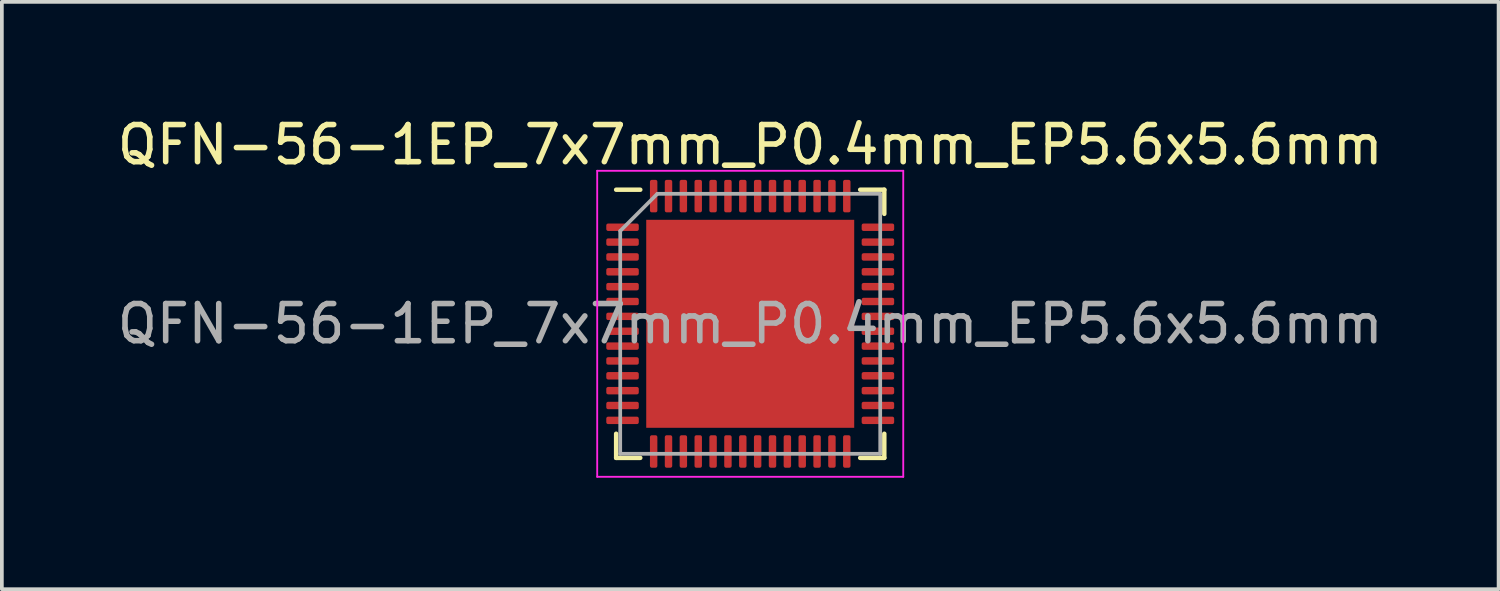
<source format=kicad_pcb>
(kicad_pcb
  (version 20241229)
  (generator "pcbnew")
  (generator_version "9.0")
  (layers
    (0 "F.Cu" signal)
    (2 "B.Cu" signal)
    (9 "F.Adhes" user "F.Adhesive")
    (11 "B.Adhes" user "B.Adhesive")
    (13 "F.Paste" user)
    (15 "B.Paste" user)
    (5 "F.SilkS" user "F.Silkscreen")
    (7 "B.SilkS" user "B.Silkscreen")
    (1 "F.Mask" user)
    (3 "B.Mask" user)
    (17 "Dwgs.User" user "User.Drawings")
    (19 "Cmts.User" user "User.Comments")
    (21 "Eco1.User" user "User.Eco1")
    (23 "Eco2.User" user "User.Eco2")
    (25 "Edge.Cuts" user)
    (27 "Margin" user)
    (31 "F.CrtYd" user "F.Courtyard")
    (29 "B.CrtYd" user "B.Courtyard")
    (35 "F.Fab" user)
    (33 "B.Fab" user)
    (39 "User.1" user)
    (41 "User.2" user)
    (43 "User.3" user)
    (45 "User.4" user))
  (footprint "QFN-56-1EP_7x7mm_P0.4mm_EP5.6x5.6mm"
    (layer "F.Cu")
    (at 17.149 5.668)
    (property "Reference" "QFN-56-1EP_7x7mm_P0.4mm_EP5.6x5.6mm" (at 0 -4.82 0) (layer "F.SilkS") (effects (font (size 1 1) (thickness 0.15))))
    (attr smd)
    (fp_line (start -3.61 3.61) (end -3.61 2.96) (stroke (width 0.12) (type solid)) (layer "F.SilkS"))
    (fp_line (start -2.96 -3.61) (end -3.61 -3.61) (stroke (width 0.12) (type solid)) (layer "F.SilkS"))
    (fp_line (start -2.96 3.61) (end -3.61 3.61) (stroke (width 0.12) (type solid)) (layer "F.SilkS"))
    (fp_line (start 2.96 -3.61) (end 3.61 -3.61) (stroke (width 0.12) (type solid)) (layer "F.SilkS"))
    (fp_line (start 2.96 3.61) (end 3.61 3.61) (stroke (width 0.12) (type solid)) (layer "F.SilkS"))
    (fp_line (start 3.61 -3.61) (end 3.61 -2.96) (stroke (width 0.12) (type solid)) (layer "F.SilkS"))
    (fp_line (start 3.61 3.61) (end 3.61 2.96) (stroke (width 0.12) (type solid)) (layer "F.SilkS"))
    (fp_line (start -4.12 -4.12) (end -4.12 4.12) (stroke (width 0.05) (type solid)) (layer "F.CrtYd"))
    (fp_line (start -4.12 4.12) (end 4.12 4.12) (stroke (width 0.05) (type solid)) (layer "F.CrtYd"))
    (fp_line (start 4.12 -4.12) (end -4.12 -4.12) (stroke (width 0.05) (type solid)) (layer "F.CrtYd"))
    (fp_line (start 4.12 4.12) (end 4.12 -4.12) (stroke (width 0.05) (type solid)) (layer "F.CrtYd"))
    (fp_line (start -3.5 -2.5) (end -2.5 -3.5) (stroke (width 0.1) (type solid)) (layer "F.Fab"))
    (fp_line (start -3.5 3.5) (end -3.5 -2.5) (stroke (width 0.1) (type solid)) (layer "F.Fab"))
    (fp_line (start -2.5 -3.5) (end 3.5 -3.5) (stroke (width 0.1) (type solid)) (layer "F.Fab"))
    (fp_line (start 3.5 -3.5) (end 3.5 3.5) (stroke (width 0.1) (type solid)) (layer "F.Fab"))
    (fp_line (start 3.5 3.5) (end -3.5 3.5) (stroke (width 0.1) (type solid)) (layer "F.Fab"))
    (fp_text user "${REFERENCE}" (at 0 0 0) (layer "F.Fab") (effects (font (size 1 1) (thickness 0.15))))
    (pad "" smd roundrect (at -2.1 -2.1) (size 1.13 1.13) (layers "F.Paste") (roundrect_rratio 0.221))
    (pad "" smd roundrect (at -2.1 -0.7) (size 1.13 1.13) (layers "F.Paste") (roundrect_rratio 0.221))
    (pad "" smd roundrect (at -2.1 0.7) (size 1.13 1.13) (layers "F.Paste") (roundrect_rratio 0.221))
    (pad "" smd roundrect (at -2.1 2.1) (size 1.13 1.13) (layers "F.Paste") (roundrect_rratio 0.221))
    (pad "" smd roundrect (at -0.7 -2.1) (size 1.13 1.13) (layers "F.Paste") (roundrect_rratio 0.221))
    (pad "" smd roundrect (at -0.7 -0.7) (size 1.13 1.13) (layers "F.Paste") (roundrect_rratio 0.221))
    (pad "" smd roundrect (at -0.7 0.7) (size 1.13 1.13) (layers "F.Paste") (roundrect_rratio 0.221))
    (pad "" smd roundrect (at -0.7 2.1) (size 1.13 1.13) (layers "F.Paste") (roundrect_rratio 0.221))
    (pad "" smd roundrect (at 0.7 -2.1) (size 1.13 1.13) (layers "F.Paste") (roundrect_rratio 0.221))
    (pad "" smd roundrect (at 0.7 -0.7) (size 1.13 1.13) (layers "F.Paste") (roundrect_rratio 0.221))
    (pad "" smd roundrect (at 0.7 0.7) (size 1.13 1.13) (layers "F.Paste") (roundrect_rratio 0.221))
    (pad "" smd roundrect (at 0.7 2.1) (size 1.13 1.13) (layers "F.Paste") (roundrect_rratio 0.221))
    (pad "" smd roundrect (at 2.1 -2.1) (size 1.13 1.13) (layers "F.Paste") (roundrect_rratio 0.221))
    (pad "" smd roundrect (at 2.1 -0.7) (size 1.13 1.13) (layers "F.Paste") (roundrect_rratio 0.221))
    (pad "" smd roundrect (at 2.1 0.7) (size 1.13 1.13) (layers "F.Paste") (roundrect_rratio 0.221))
    (pad "" smd roundrect (at 2.1 2.1) (size 1.13 1.13) (layers "F.Paste") (roundrect_rratio 0.221))
    (pad "1" smd roundrect (at -3.438 -2.6) (size 0.875 0.2) (layers "F.Cu" "F.Mask" "F.Paste") (roundrect_rratio 0.25))
    (pad "2" smd roundrect (at -3.438 -2.2) (size 0.875 0.2) (layers "F.Cu" "F.Mask" "F.Paste") (roundrect_rratio 0.25))
    (pad "3" smd roundrect (at -3.438 -1.8) (size 0.875 0.2) (layers "F.Cu" "F.Mask" "F.Paste") (roundrect_rratio 0.25))
    (pad "4" smd roundrect (at -3.438 -1.4) (size 0.875 0.2) (layers "F.Cu" "F.Mask" "F.Paste") (roundrect_rratio 0.25))
    (pad "5" smd roundrect (at -3.438 -1) (size 0.875 0.2) (layers "F.Cu" "F.Mask" "F.Paste") (roundrect_rratio 0.25))
    (pad "6" smd roundrect (at -3.438 -0.6) (size 0.875 0.2) (layers "F.Cu" "F.Mask" "F.Paste") (roundrect_rratio 0.25))
    (pad "7" smd roundrect (at -3.438 -0.2) (size 0.875 0.2) (layers "F.Cu" "F.Mask" "F.Paste") (roundrect_rratio 0.25))
    (pad "8" smd roundrect (at -3.438 0.2) (size 0.875 0.2) (layers "F.Cu" "F.Mask" "F.Paste") (roundrect_rratio 0.25))
    (pad "9" smd roundrect (at -3.438 0.6) (size 0.875 0.2) (layers "F.Cu" "F.Mask" "F.Paste") (roundrect_rratio 0.25))
    (pad "10" smd roundrect (at -3.438 1) (size 0.875 0.2) (layers "F.Cu" "F.Mask" "F.Paste") (roundrect_rratio 0.25))
    (pad "11" smd roundrect (at -3.438 1.4) (size 0.875 0.2) (layers "F.Cu" "F.Mask" "F.Paste") (roundrect_rratio 0.25))
    (pad "12" smd roundrect (at -3.438 1.8) (size 0.875 0.2) (layers "F.Cu" "F.Mask" "F.Paste") (roundrect_rratio 0.25))
    (pad "13" smd roundrect (at -3.438 2.2) (size 0.875 0.2) (layers "F.Cu" "F.Mask" "F.Paste") (roundrect_rratio 0.25))
    (pad "14" smd roundrect (at -3.438 2.6) (size 0.875 0.2) (layers "F.Cu" "F.Mask" "F.Paste") (roundrect_rratio 0.25))
    (pad "15" smd roundrect (at -2.6 3.438) (size 0.2 0.875) (layers "F.Cu" "F.Mask" "F.Paste") (roundrect_rratio 0.25))
    (pad "16" smd roundrect (at -2.2 3.438) (size 0.2 0.875) (layers "F.Cu" "F.Mask" "F.Paste") (roundrect_rratio 0.25))
    (pad "17" smd roundrect (at -1.8 3.438) (size 0.2 0.875) (layers "F.Cu" "F.Mask" "F.Paste") (roundrect_rratio 0.25))
    (pad "18" smd roundrect (at -1.4 3.438) (size 0.2 0.875) (layers "F.Cu" "F.Mask" "F.Paste") (roundrect_rratio 0.25))
    (pad "19" smd roundrect (at -1 3.438) (size 0.2 0.875) (layers "F.Cu" "F.Mask" "F.Paste") (roundrect_rratio 0.25))
    (pad "20" smd roundrect (at -0.6 3.438) (size 0.2 0.875) (layers "F.Cu" "F.Mask" "F.Paste") (roundrect_rratio 0.25))
    (pad "21" smd roundrect (at -0.2 3.438) (size 0.2 0.875) (layers "F.Cu" "F.Mask" "F.Paste") (roundrect_rratio 0.25))
    (pad "22" smd roundrect (at 0.2 3.438) (size 0.2 0.875) (layers "F.Cu" "F.Mask" "F.Paste") (roundrect_rratio 0.25))
    (pad "23" smd roundrect (at 0.6 3.438) (size 0.2 0.875) (layers "F.Cu" "F.Mask" "F.Paste") (roundrect_rratio 0.25))
    (pad "24" smd roundrect (at 1 3.438) (size 0.2 0.875) (layers "F.Cu" "F.Mask" "F.Paste") (roundrect_rratio 0.25))
    (pad "25" smd roundrect (at 1.4 3.438) (size 0.2 0.875) (layers "F.Cu" "F.Mask" "F.Paste") (roundrect_rratio 0.25))
    (pad "26" smd roundrect (at 1.8 3.438) (size 0.2 0.875) (layers "F.Cu" "F.Mask" "F.Paste") (roundrect_rratio 0.25))
    (pad "27" smd roundrect (at 2.2 3.438) (size 0.2 0.875) (layers "F.Cu" "F.Mask" "F.Paste") (roundrect_rratio 0.25))
    (pad "28" smd roundrect (at 2.6 3.438) (size 0.2 0.875) (layers "F.Cu" "F.Mask" "F.Paste") (roundrect_rratio 0.25))
    (pad "29" smd roundrect (at 3.438 2.6) (size 0.875 0.2) (layers "F.Cu" "F.Mask" "F.Paste") (roundrect_rratio 0.25))
    (pad "30" smd roundrect (at 3.438 2.2) (size 0.875 0.2) (layers "F.Cu" "F.Mask" "F.Paste") (roundrect_rratio 0.25))
    (pad "31" smd roundrect (at 3.438 1.8) (size 0.875 0.2) (layers "F.Cu" "F.Mask" "F.Paste") (roundrect_rratio 0.25))
    (pad "32" smd roundrect (at 3.438 1.4) (size 0.875 0.2) (layers "F.Cu" "F.Mask" "F.Paste") (roundrect_rratio 0.25))
    (pad "33" smd roundrect (at 3.438 1) (size 0.875 0.2) (layers "F.Cu" "F.Mask" "F.Paste") (roundrect_rratio 0.25))
    (pad "34" smd roundrect (at 3.438 0.6) (size 0.875 0.2) (layers "F.Cu" "F.Mask" "F.Paste") (roundrect_rratio 0.25))
    (pad "35" smd roundrect (at 3.438 0.2) (size 0.875 0.2) (layers "F.Cu" "F.Mask" "F.Paste") (roundrect_rratio 0.25))
    (pad "36" smd roundrect (at 3.438 -0.2) (size 0.875 0.2) (layers "F.Cu" "F.Mask" "F.Paste") (roundrect_rratio 0.25))
    (pad "37" smd roundrect (at 3.438 -0.6) (size 0.875 0.2) (layers "F.Cu" "F.Mask" "F.Paste") (roundrect_rratio 0.25))
    (pad "38" smd roundrect (at 3.438 -1) (size 0.875 0.2) (layers "F.Cu" "F.Mask" "F.Paste") (roundrect_rratio 0.25))
    (pad "39" smd roundrect (at 3.438 -1.4) (size 0.875 0.2) (layers "F.Cu" "F.Mask" "F.Paste") (roundrect_rratio 0.25))
    (pad "40" smd roundrect (at 3.438 -1.8) (size 0.875 0.2) (layers "F.Cu" "F.Mask" "F.Paste") (roundrect_rratio 0.25))
    (pad "41" smd roundrect (at 3.438 -2.2) (size 0.875 0.2) (layers "F.Cu" "F.Mask" "F.Paste") (roundrect_rratio 0.25))
    (pad "42" smd roundrect (at 3.438 -2.6) (size 0.875 0.2) (layers "F.Cu" "F.Mask" "F.Paste") (roundrect_rratio 0.25))
    (pad "43" smd roundrect (at 2.6 -3.438) (size 0.2 0.875) (layers "F.Cu" "F.Mask" "F.Paste") (roundrect_rratio 0.25))
    (pad "44" smd roundrect (at 2.2 -3.438) (size 0.2 0.875) (layers "F.Cu" "F.Mask" "F.Paste") (roundrect_rratio 0.25))
    (pad "45" smd roundrect (at 1.8 -3.438) (size 0.2 0.875) (layers "F.Cu" "F.Mask" "F.Paste") (roundrect_rratio 0.25))
    (pad "46" smd roundrect (at 1.4 -3.438) (size 0.2 0.875) (layers "F.Cu" "F.Mask" "F.Paste") (roundrect_rratio 0.25))
    (pad "47" smd roundrect (at 1 -3.438) (size 0.2 0.875) (layers "F.Cu" "F.Mask" "F.Paste") (roundrect_rratio 0.25))
    (pad "48" smd roundrect (at 0.6 -3.438) (size 0.2 0.875) (layers "F.Cu" "F.Mask" "F.Paste") (roundrect_rratio 0.25))
    (pad "49" smd roundrect (at 0.2 -3.438) (size 0.2 0.875) (layers "F.Cu" "F.Mask" "F.Paste") (roundrect_rratio 0.25))
    (pad "50" smd roundrect (at -0.2 -3.438) (size 0.2 0.875) (layers "F.Cu" "F.Mask" "F.Paste") (roundrect_rratio 0.25))
    (pad "51" smd roundrect (at -0.6 -3.438) (size 0.2 0.875) (layers "F.Cu" "F.Mask" "F.Paste") (roundrect_rratio 0.25))
    (pad "52" smd roundrect (at -1 -3.438) (size 0.2 0.875) (layers "F.Cu" "F.Mask" "F.Paste") (roundrect_rratio 0.25))
    (pad "53" smd roundrect (at -1.4 -3.438) (size 0.2 0.875) (layers "F.Cu" "F.Mask" "F.Paste") (roundrect_rratio 0.25))
    (pad "54" smd roundrect (at -1.8 -3.438) (size 0.2 0.875) (layers "F.Cu" "F.Mask" "F.Paste") (roundrect_rratio 0.25))
    (pad "55" smd roundrect (at -2.2 -3.438) (size 0.2 0.875) (layers "F.Cu" "F.Mask" "F.Paste") (roundrect_rratio 0.25))
    (pad "56" smd roundrect (at -2.6 -3.438) (size 0.2 0.875) (layers "F.Cu" "F.Mask" "F.Paste") (roundrect_rratio 0.25))
    (pad "57" smd rect (at 0 0) (size 5.6 5.6) (layers "F.Cu" "F.Mask")))
  (gr_rect
    (start -3 -3)
    (end 37.298 12.813)
    (stroke (width 0.1) (type default))
    (fill no)
    (layer "Edge.Cuts")))
</source>
